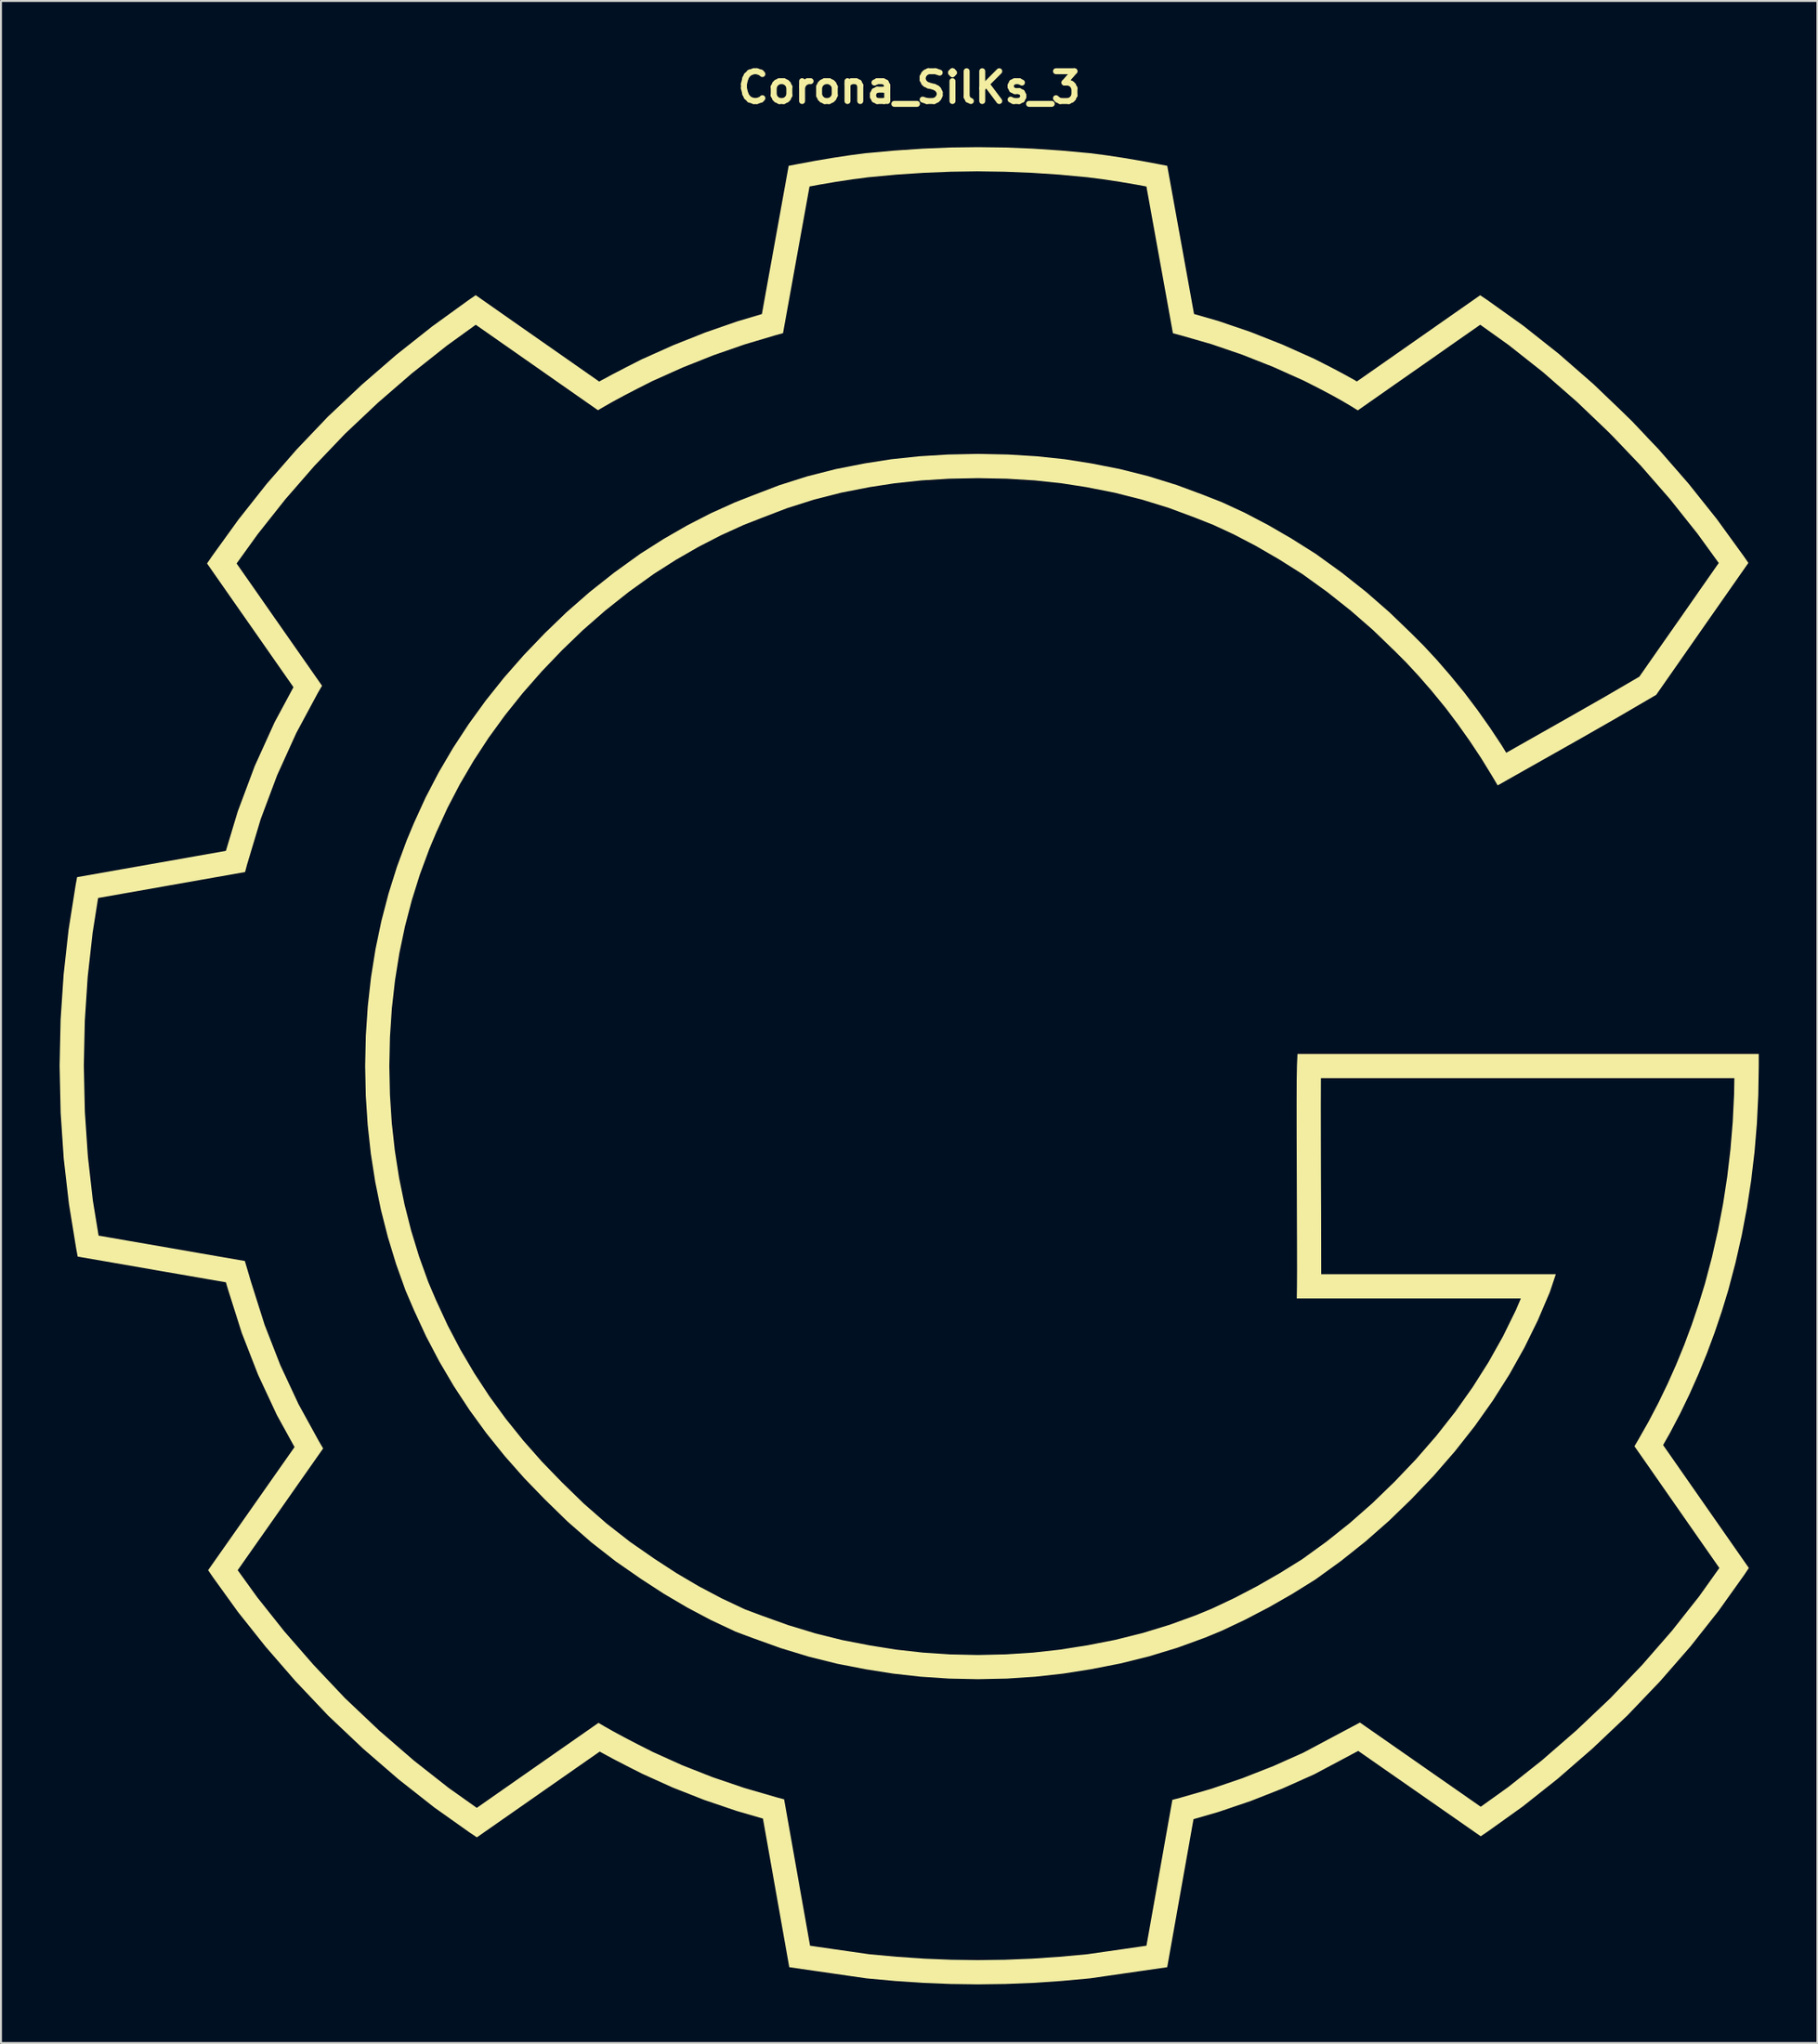
<source format=kicad_pcb>
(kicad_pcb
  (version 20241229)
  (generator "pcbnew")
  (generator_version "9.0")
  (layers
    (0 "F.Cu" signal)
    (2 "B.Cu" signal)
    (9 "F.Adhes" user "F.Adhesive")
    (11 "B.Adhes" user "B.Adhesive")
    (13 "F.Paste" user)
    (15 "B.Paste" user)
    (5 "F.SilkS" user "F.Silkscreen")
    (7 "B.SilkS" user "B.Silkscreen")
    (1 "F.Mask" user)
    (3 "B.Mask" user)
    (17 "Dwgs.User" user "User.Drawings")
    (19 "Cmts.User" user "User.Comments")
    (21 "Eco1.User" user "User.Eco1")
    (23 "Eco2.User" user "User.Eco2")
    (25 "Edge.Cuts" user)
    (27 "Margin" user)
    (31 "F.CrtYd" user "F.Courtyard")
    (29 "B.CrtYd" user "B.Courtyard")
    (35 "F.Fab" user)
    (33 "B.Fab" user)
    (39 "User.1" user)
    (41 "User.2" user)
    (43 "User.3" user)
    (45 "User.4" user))
  (footprint "Corona_SilKs_3"
    (layer "F.Cu")
    (at 43.467 51.446)
    (property "Reference" "Corona_SilKs_3" (at 0 -50.019 0) (layer "F.SilkS") (effects (font (size 1.524 1.524) (thickness 0.305))))
    (attr smd)
    (fp_poly (pts (xy 3.52 -46.971) (xy -5.099 -44.96) (xy -4.607 -45.052) (xy -3.732 -45.201) (xy -2.89 -45.328) (xy -2.08 -45.433) (xy -0.656 -45.566) (xy 0.758 -45.66) (xy 2.149 -45.716) (xy 3.52 -45.736) (xy 3.52 -45.735) (xy 4.889 -45.715) (xy 6.281 -45.659) (xy 7.693 -45.565) (xy 9.119 -45.432) (xy 9.93 -45.327) (xy 10.772 -45.2) (xy 11.647 -45.051) (xy 12.137 -44.959) (xy 12.402 -43.497) (xy 12.742 -41.612) (xy 13.084 -39.727) (xy 13.494 -37.454) (xy 13.877 -37.354) (xy 15.447 -36.903) (xy 17.025 -36.364) (xy 18.606 -35.741) (xy 20.193 -35.03) (xy 20.955 -34.643) (xy 21.617 -34.294) (xy 22.168 -33.987) (xy 22.607 -33.727) (xy 22.953 -33.512) (xy 24.859 -34.846) (xy 26.432 -35.944) (xy 28.002 -37.044) (xy 29.217 -37.891) (xy 30.668 -36.856) (xy 32.434 -35.461) (xy 34.168 -33.946) (xy 35.639 -32.542) (xy 35.844 -32.342) (xy 36.049 -32.133) (xy 37.432 -30.684) (xy 38.918 -28.983) (xy 40.33 -27.21) (xy 41.42 -25.708) (xy 40.574 -24.499) (xy 39.477 -22.926) (xy 38.377 -21.356) (xy 37.357 -19.895) (xy 35.635 -18.891) (xy 33.772 -17.829) (xy 31.897 -16.768) (xy 30.547 -16.004) (xy 30.307 -16.395) (xy 29.709 -17.295) (xy 29.074 -18.194) (xy 28.4 -19.086) (xy 28.398 -19.088) (xy 28.395 -19.092) (xy 27.676 -19.969) (xy 26.982 -20.768) (xy 26.314 -21.487) (xy 25.682 -22.118) (xy 25.67 -22.13) (xy 24.568 -23.19) (xy 23.385 -24.223) (xy 22.131 -25.215) (xy 20.809 -26.169) (xy 20.803 -26.173) (xy 20.797 -26.177) (xy 19.545 -26.966) (xy 18.33 -27.669) (xy 17.148 -28.286) (xy 16.002 -28.815) (xy 15.992 -28.819) (xy 15.754 -28.913) (xy 15.525 -29.003) (xy 15.295 -29.093) (xy 15.07 -29.182) (xy 15.066 -29.184) (xy 13.674 -29.7) (xy 12.246 -30.143) (xy 10.787 -30.511) (xy 9.305 -30.802) (xy 7.949 -31.015) (xy 6.533 -31.165) (xy 5.057 -31.255) (xy 3.519 -31.286) (xy 1.992 -31.255) (xy 0.519 -31.165) (xy -0.901 -31.015) (xy -2.266 -30.802) (xy -3.76 -30.509) (xy -5.225 -30.136) (xy -6.652 -29.683) (xy -8.039 -29.151) (xy -8.258 -29.065) (xy -8.486 -28.976) (xy -8.717 -28.886) (xy -8.953 -28.792) (xy -8.961 -28.788) (xy -10.17 -28.241) (xy -11.373 -27.622) (xy -12.57 -26.933) (xy -13.764 -26.175) (xy -13.768 -26.173) (xy -13.772 -26.169) (xy -15.094 -25.216) (xy -16.348 -24.224) (xy -17.531 -23.19) (xy -18.645 -22.116) (xy -19.72 -20.995) (xy -20.727 -19.849) (xy -21.666 -18.673) (xy -22.537 -17.472) (xy -23.341 -16.245) (xy -24.076 -14.993) (xy -24.742 -13.716) (xy -25.338 -12.413) (xy -25.338 -12.411) (xy -25.43 -12.194) (xy -25.52 -11.977) (xy -25.609 -11.763) (xy -25.703 -11.542) (xy -25.705 -11.536) (xy -26.204 -10.186) (xy -26.637 -8.809) (xy -27.003 -7.406) (xy -27.303 -5.975) (xy -27.535 -4.518) (xy -27.701 -3.034) (xy -27.801 -1.523) (xy -27.834 0.013) (xy -27.802 1.53) (xy -27.705 3.025) (xy -27.544 4.495) (xy -27.318 5.943) (xy -27.027 7.368) (xy -26.67 8.769) (xy -26.249 10.147) (xy -25.764 11.501) (xy -25.758 11.511) (xy -25.65 11.765) (xy -25.545 12.009) (xy -25.441 12.252) (xy -25.336 12.496) (xy -25.336 12.498) (xy -24.722 13.824) (xy -24.043 15.117) (xy -23.301 16.377) (xy -22.496 17.603) (xy -21.627 18.797) (xy -20.693 19.957) (xy -19.701 21.079) (xy -18.647 22.168) (xy -17.479 23.306) (xy -16.27 24.363) (xy -15.02 25.338) (xy -13.731 26.232) (xy -12.566 26.99) (xy -11.371 27.693) (xy -10.154 28.338) (xy -8.914 28.921) (xy -8.899 28.929) (xy -8.658 29.019) (xy -8.436 29.103) (xy -8.213 29.185) (xy -7.99 29.269) (xy -6.563 29.781) (xy -5.121 30.219) (xy -3.678 30.578) (xy -2.229 30.859) (xy -0.836 31.08) (xy 0.592 31.24) (xy 2.045 31.336) (xy 3.519 31.367) (xy 4.996 31.336) (xy 6.451 31.24) (xy 7.889 31.08) (xy 9.303 30.857) (xy 10.801 30.564) (xy 12.279 30.197) (xy 13.728 29.756) (xy 15.15 29.238) (xy 15.154 29.236) (xy 15.361 29.15) (xy 15.562 29.068) (xy 15.764 28.984) (xy 15.975 28.896) (xy 15.982 28.894) (xy 17.187 28.324) (xy 18.391 27.697) (xy 19.594 27.009) (xy 20.795 26.261) (xy 20.801 26.255) (xy 20.809 26.251) (xy 22.101 25.316) (xy 23.344 24.326) (xy 24.539 23.277) (xy 25.68 22.173) (xy 26.842 20.956) (xy 27.926 19.708) (xy 28.932 18.431) (xy 29.859 17.123) (xy 30.707 15.785) (xy 31.475 14.415) (xy 32.162 13.017) (xy 32.771 11.589) (xy 32.777 11.574) (xy 32.785 11.548) (xy 32.789 11.538) (xy 32.793 11.528) (xy 32.797 11.517) (xy 32.801 11.507) (xy 32.803 11.495) (xy 32.807 11.485) (xy 33.084 10.659) (xy 30.752 10.659) (xy 29.281 10.659) (xy 27.811 10.659) (xy 26.34 10.659) (xy 24.869 10.659) (xy 23.398 10.659) (xy 21.93 10.659) (xy 21.08 10.659) (xy 21.08 10.463) (xy 21.078 9.108) (xy 21.074 7.399) (xy 21.066 5.524) (xy 21.062 3.663) (xy 21.06 2.002) (xy 21.064 0.727) (xy 21.066 0.631) (xy 23.256 0.631) (xy 26.055 0.631) (xy 28.853 0.631) (xy 31.652 0.631) (xy 34.451 0.631) (xy 37.25 0.631) (xy 40.049 0.631) (xy 42.219 0.631) (xy 42.205 1.452) (xy 42.135 2.876) (xy 42.018 4.286) (xy 41.853 5.68) (xy 41.641 7.059) (xy 41.381 8.424) (xy 41.076 9.774) (xy 40.723 11.108) (xy 40.725 11.106) (xy 40.395 12.182) (xy 40.039 13.239) (xy 39.654 14.272) (xy 39.24 15.284) (xy 38.799 16.272) (xy 38.33 17.241) (xy 37.834 18.188) (xy 37.309 19.112) (xy 37.107 19.456) (xy 37.881 20.563) (xy 38.426 21.346) (xy 39.518 22.911) (xy 40.609 24.475) (xy 41.451 25.68) (xy 40.416 27.133) (xy 39.021 28.897) (xy 37.506 30.633) (xy 35.877 32.336) (xy 34.131 33.989) (xy 32.385 35.506) (xy 30.641 36.889) (xy 29.242 37.889) (xy 28.043 37.053) (xy 26.486 35.969) (xy 24.928 34.883) (xy 23.061 33.583) (xy 22.086 34.102) (xy 21.447 34.442) (xy 20.807 34.784) (xy 20.166 35.124) (xy 18.627 35.811) (xy 17.047 36.43) (xy 15.453 36.973) (xy 13.848 37.436) (xy 13.465 37.536) (xy 13.062 39.803) (xy 12.729 41.68) (xy 12.395 43.559) (xy 12.139 44.995) (xy 11.713 45.057) (xy 10.844 45.182) (xy 9.975 45.307) (xy 9.105 45.432) (xy 7.693 45.561) (xy 6.281 45.657) (xy 4.889 45.713) (xy 3.52 45.731) (xy 2.162 45.713) (xy 2.16 45.713) (xy 0.777 45.657) (xy -0.629 45.561) (xy -0.631 45.561) (xy -2.039 45.432) (xy -2.908 45.307) (xy -3.777 45.182) (xy -4.647 45.057) (xy -5.072 44.995) (xy -5.328 43.551) (xy -5.662 41.667) (xy -5.996 39.782) (xy -6.399 37.51) (xy -6.779 37.409) (xy -8.449 36.924) (xy -10.065 36.375) (xy -11.621 35.762) (xy -13.115 35.088) (xy -13.123 35.084) (xy -13.891 34.696) (xy -14.557 34.35) (xy -15.111 34.051) (xy -15.555 33.801) (xy -15.897 33.6) (xy -17.787 34.918) (xy -19.352 36.01) (xy -20.916 37.102) (xy -22.123 37.946) (xy -23.559 36.928) (xy -25.334 35.534) (xy -27.104 34.004) (xy -28.867 32.336) (xy -30.479 30.631) (xy -31.977 28.913) (xy -33.352 27.184) (xy -34.356 25.793) (xy -33.51 24.588) (xy -32.41 23.024) (xy -31.313 21.459) (xy -29.984 19.567) (xy -30.188 19.223) (xy -31.244 17.303) (xy -32.174 15.311) (xy -32.979 13.246) (xy -33.656 11.108) (xy -33.658 11.106) (xy -33.715 10.914) (xy -33.77 10.725) (xy -33.826 10.537) (xy -33.99 9.983) (xy -36.254 9.591) (xy -38.139 9.263) (xy -40.023 8.937) (xy -41.473 8.685) (xy -41.766 6.89) (xy -42.021 4.638) (xy -42.176 2.345) (xy -42.228 0.013) (xy -42.228 0.007) (xy -42.228 -0.001) (xy -42.228 -0.009) (xy -42.228 -0.015) (xy -42.178 -2.298) (xy -42.029 -4.558) (xy -41.779 -6.79) (xy -41.498 -8.578) (xy -40.041 -8.835) (xy -38.15 -9.169) (xy -36.26 -9.503) (xy -33.978 -9.906) (xy -33.877 -10.287) (xy -33.178 -12.613) (xy -32.338 -14.855) (xy -31.359 -17.013) (xy -30.242 -19.089) (xy -30.041 -19.431) (xy -31.367 -21.328) (xy -32.467 -22.9) (xy -33.564 -24.472) (xy -34.412 -25.683) (xy -33.33 -27.185) (xy -31.92 -28.964) (xy -30.432 -30.673) (xy -28.867 -32.312) (xy -28.865 -32.314) (xy -28.863 -32.316) (xy -27.179 -33.904) (xy -25.443 -35.406) (xy -23.66 -36.818) (xy -22.176 -37.89) (xy -20.965 -37.044) (xy -19.392 -35.945) (xy -17.822 -34.847) (xy -15.924 -33.521) (xy -15.582 -33.72) (xy -15.138 -33.972) (xy -14.584 -34.271) (xy -13.918 -34.617) (xy -13.142 -35.009) (xy -11.588 -35.705) (xy -10.012 -36.332) (xy -8.426 -36.882) (xy -6.832 -37.357) (xy -6.455 -37.46) (xy -6.045 -39.728) (xy -5.705 -41.613) (xy -5.363 -43.498) (xy -5.099 -44.96) (xy 3.52 -46.971) (xy 2.115 -46.954) (xy 0.69 -46.895) (xy -0.754 -46.797) (xy -2.219 -46.663) (xy -2.225 -46.663) (xy -2.228 -46.663) (xy -3.064 -46.553) (xy -3.928 -46.422) (xy -4.824 -46.27) (xy -5.75 -46.098) (xy -6.166 -46.018) (xy -6.582 -43.717) (xy -6.922 -41.833) (xy -7.264 -39.948) (xy -7.535 -38.438) (xy -8.807 -38.059) (xy -10.443 -37.491) (xy -12.07 -36.844) (xy -13.685 -36.122) (xy -13.691 -36.118) (xy -13.697 -36.116) (xy -14.482 -35.717) (xy -15.162 -35.364) (xy -15.736 -35.055) (xy -15.859 -34.985) (xy -17.111 -35.86) (xy -18.684 -36.959) (xy -20.256 -38.057) (xy -22.178 -39.403) (xy -22.533 -39.159) (xy -24.408 -37.803) (xy -26.234 -36.358) (xy -28.01 -34.821) (xy -29.736 -33.194) (xy -29.738 -33.192) (xy -29.74 -33.19) (xy -31.346 -31.506) (xy -32.873 -29.754) (xy -34.316 -27.93) (xy -35.682 -26.038) (xy -35.924 -25.684) (xy -34.58 -23.76) (xy -33.481 -22.19) (xy -32.383 -20.618) (xy -31.502 -19.358) (xy -32.469 -17.561) (xy -33.483 -15.327) (xy -34.352 -13.006) (xy -34.959 -10.989) (xy -36.475 -10.721) (xy -38.365 -10.387) (xy -40.258 -10.053) (xy -42.572 -9.645) (xy -42.65 -9.221) (xy -43.008 -6.955) (xy -43.262 -4.666) (xy -43.416 -2.352) (xy -43.467 -0.014) (xy -43.467 -0.008) (xy -43.467 -0.00007) (xy -43.467 0.008) (xy -43.467 0.014) (xy -43.414 2.401) (xy -43.256 4.75) (xy -42.99 7.061) (xy -42.621 9.334) (xy -42.543 9.758) (xy -40.234 10.157) (xy -38.35 10.485) (xy -36.465 10.811) (xy -34.959 11.073) (xy -34.957 11.079) (xy -34.902 11.268) (xy -34.846 11.455) (xy -34.147 13.661) (xy -33.313 15.799) (xy -32.348 17.866) (xy -31.447 19.498) (xy -32.326 20.748) (xy -33.424 22.313) (xy -34.523 23.879) (xy -35.869 25.793) (xy -35.625 26.149) (xy -34.338 27.934) (xy -32.928 29.705) (xy -31.397 31.467) (xy -29.742 33.213) (xy -29.74 33.217) (xy -29.736 33.221) (xy -27.934 34.924) (xy -26.121 36.491) (xy -24.301 37.922) (xy -22.471 39.219) (xy -22.119 39.454) (xy -20.207 38.12) (xy -18.643 37.028) (xy -17.078 35.936) (xy -15.832 35.067) (xy -15.709 35.137) (xy -15.135 35.448) (xy -14.455 35.799) (xy -13.668 36.198) (xy -13.664 36.2) (xy -13.66 36.202) (xy -12.104 36.905) (xy -10.49 37.54) (xy -8.822 38.106) (xy -7.482 38.495) (xy -7.215 40.001) (xy -6.881 41.885) (xy -6.547 43.77) (xy -6.135 46.094) (xy -4.822 46.284) (xy -3.953 46.409) (xy -3.084 46.534) (xy -2.203 46.661) (xy -2.191 46.663) (xy -0.729 46.798) (xy 0.711 46.895) (xy 2.127 46.952) (xy 3.52 46.971) (xy 4.924 46.952) (xy 6.348 46.895) (xy 7.793 46.798) (xy 9.258 46.663) (xy 9.27 46.661) (xy 10.15 46.534) (xy 11.02 46.409) (xy 11.889 46.284) (xy 13.201 46.094) (xy 13.613 43.778) (xy 13.947 41.899) (xy 14.281 40.022) (xy 14.547 38.524) (xy 15.824 38.155) (xy 17.473 37.596) (xy 19.105 36.954) (xy 20.723 36.231) (xy 20.736 36.225) (xy 21.389 35.877) (xy 22.029 35.538) (xy 22.668 35.196) (xy 22.975 35.034) (xy 24.221 35.903) (xy 25.779 36.987) (xy 27.336 38.071) (xy 29.242 39.399) (xy 29.594 39.161) (xy 31.387 37.879) (xy 33.176 36.461) (xy 34.963 34.909) (xy 36.746 33.221) (xy 36.748 33.219) (xy 36.75 33.217) (xy 38.42 31.471) (xy 39.973 29.692) (xy 41.406 27.879) (xy 42.723 26.034) (xy 42.959 25.68) (xy 41.625 23.768) (xy 40.533 22.204) (xy 39.441 20.639) (xy 38.895 19.856) (xy 38.572 19.395) (xy 38.92 18.784) (xy 39.436 17.801) (xy 39.922 16.797) (xy 40.379 15.77) (xy 40.807 14.723) (xy 41.205 13.655) (xy 41.574 12.563) (xy 41.914 11.452) (xy 41.914 11.45) (xy 41.914 11.448) (xy 42.277 10.071) (xy 42.594 8.678) (xy 42.861 7.27) (xy 43.08 5.848) (xy 43.25 4.41) (xy 43.371 2.959) (xy 43.443 1.494) (xy 43.467 0.014) (xy 43.467 -0.605) (xy 40.049 -0.605) (xy 37.25 -0.605) (xy 34.451 -0.605) (xy 31.652 -0.605) (xy 28.854 -0.605) (xy 26.055 -0.605) (xy 23.256 -0.605) (xy 19.867 -0.605) (xy 19.84 -0.015) (xy 19.826 0.721) (xy 19.822 2.002) (xy 19.824 3.666) (xy 19.83 5.53) (xy 19.836 7.407) (xy 19.842 9.112) (xy 19.844 10.463) (xy 19.84 11.27) (xy 19.83 11.899) (xy 21.93 11.899) (xy 23.399 11.899) (xy 24.869 11.899) (xy 26.34 11.899) (xy 27.811 11.899) (xy 29.282 11.899) (xy 30.752 11.899) (xy 31.295 11.899) (xy 31.037 12.502) (xy 30.379 13.84) (xy 29.643 15.151) (xy 28.83 16.434) (xy 27.94 17.692) (xy 26.973 18.92) (xy 25.928 20.123) (xy 24.805 21.299) (xy 24.803 21.301) (xy 24.801 21.301) (xy 23.699 22.368) (xy 22.551 23.377) (xy 21.352 24.332) (xy 20.121 25.223) (xy 20.119 25.223) (xy 20.108 25.233) (xy 18.959 25.946) (xy 17.797 26.612) (xy 16.637 27.217) (xy 15.477 27.764) (xy 15.291 27.84) (xy 15.09 27.924) (xy 14.889 28.006) (xy 14.695 28.087) (xy 14.693 28.087) (xy 14.686 28.091) (xy 13.336 28.581) (xy 11.949 29.005) (xy 10.533 29.358) (xy 9.09 29.639) (xy 9.086 29.639) (xy 9.082 29.639) (xy 7.723 29.854) (xy 6.344 30.007) (xy 4.942 30.098) (xy 3.52 30.13) (xy 2.098 30.1) (xy 0.701 30.007) (xy -0.67 29.854) (xy -2.015 29.639) (xy -2.019 29.639) (xy -2.025 29.637) (xy -3.41 29.37) (xy -4.793 29.026) (xy -6.172 28.608) (xy -7.551 28.114) (xy -7.553 28.112) (xy -7.779 28.028) (xy -8.002 27.944) (xy -8.225 27.86) (xy -8.412 27.792) (xy -8.42 27.788) (xy -9.6 27.231) (xy -10.768 26.614) (xy -11.916 25.938) (xy -13.043 25.204) (xy -13.049 25.2) (xy -13.055 25.196) (xy -14.285 24.342) (xy -15.48 23.409) (xy -16.639 22.397) (xy -17.762 21.305) (xy -17.766 21.301) (xy -17.77 21.297) (xy -18.79 20.244) (xy -19.748 19.16) (xy -20.644 18.045) (xy -21.479 16.899) (xy -22.25 15.723) (xy -22.961 14.516) (xy -23.611 13.278) (xy -24.199 12.008) (xy -24.201 12.006) (xy -24.303 11.766) (xy -24.408 11.522) (xy -24.512 11.277) (xy -24.607 11.055) (xy -25.074 9.757) (xy -25.479 8.436) (xy -25.82 7.092) (xy -26.1 5.725) (xy -26.317 4.332) (xy -26.473 2.916) (xy -26.566 1.477) (xy -26.598 0.014) (xy -26.565 -1.469) (xy -26.469 -2.924) (xy -26.309 -4.351) (xy -26.086 -5.75) (xy -25.798 -7.122) (xy -25.447 -8.467) (xy -25.035 -9.78) (xy -24.559 -11.066) (xy -24.555 -11.078) (xy -24.469 -11.283) (xy -24.379 -11.498) (xy -24.287 -11.715) (xy -24.199 -11.926) (xy -24.197 -11.93) (xy -23.628 -13.173) (xy -22.992 -14.393) (xy -22.289 -15.592) (xy -21.52 -16.768) (xy -20.682 -17.921) (xy -19.777 -19.051) (xy -18.805 -20.159) (xy -17.766 -21.244) (xy -17.766 -21.246) (xy -17.764 -21.246) (xy -16.693 -22.277) (xy -15.555 -23.272) (xy -14.348 -24.229) (xy -13.068 -25.148) (xy -11.93 -25.873) (xy -10.781 -26.533) (xy -9.631 -27.125) (xy -8.492 -27.643) (xy -8.486 -27.645) (xy -8.478 -27.649) (xy -8.264 -27.733) (xy -8.033 -27.823) (xy -7.805 -27.912) (xy -7.568 -28.006) (xy -7.562 -28.008) (xy -6.242 -28.514) (xy -4.885 -28.944) (xy -3.488 -29.301) (xy -2.053 -29.582) (xy -2.049 -29.582) (xy -2.045 -29.584) (xy -0.74 -29.785) (xy 0.621 -29.93) (xy 2.041 -30.018) (xy 3.52 -30.047) (xy 5.006 -30.018) (xy 6.43 -29.93) (xy 7.789 -29.785) (xy 9.082 -29.584) (xy 9.086 -29.582) (xy 9.09 -29.582) (xy 10.516 -29.301) (xy 11.912 -28.949) (xy 13.275 -28.528) (xy 14.609 -28.033) (xy 14.611 -28.031) (xy 14.842 -27.942) (xy 15.072 -27.85) (xy 15.301 -27.76) (xy 15.531 -27.67) (xy 16.602 -27.174) (xy 17.733 -26.584) (xy 18.904 -25.906) (xy 20.119 -25.141) (xy 21.385 -24.229) (xy 22.594 -23.27) (xy 23.733 -22.278) (xy 24.801 -21.246) (xy 24.809 -21.24) (xy 24.815 -21.234) (xy 25.422 -20.627) (xy 26.061 -19.939) (xy 26.731 -19.17) (xy 27.428 -18.318) (xy 27.424 -18.326) (xy 28.074 -17.463) (xy 28.688 -16.596) (xy 29.264 -15.729) (xy 29.799 -14.858) (xy 30.11 -14.336) (xy 30.637 -14.635) (xy 32.506 -15.69) (xy 34.383 -16.75) (xy 36.252 -17.818) (xy 38.102 -18.897) (xy 38.217 -18.963) (xy 39.393 -20.645) (xy 40.49 -22.217) (xy 41.59 -23.789) (xy 42.936 -25.713) (xy 42.69 -26.067) (xy 41.317 -27.959) (xy 39.867 -29.775) (xy 38.346 -31.52) (xy 37.76 -32.133) (xy 37.737 -32.161) (xy 36.985 -32.955) (xy 36.332 -33.59) (xy 35.004 -34.86) (xy 33.225 -36.412) (xy 31.412 -37.846) (xy 29.567 -39.162) (xy 29.213 -39.399) (xy 27.293 -38.057) (xy 25.723 -36.959) (xy 24.151 -35.86) (xy 22.904 -34.99) (xy 22.783 -35.063) (xy 22.205 -35.383) (xy 21.524 -35.742) (xy 20.735 -36.143) (xy 20.729 -36.145) (xy 20.723 -36.149) (xy 19.086 -36.881) (xy 17.451 -37.526) (xy 15.82 -38.082) (xy 14.574 -38.44) (xy 14.301 -39.948) (xy 13.961 -41.832) (xy 13.619 -43.717) (xy 13.203 -46.018) (xy 12.787 -46.098) (xy 11.861 -46.27) (xy 10.967 -46.422) (xy 10.102 -46.553) (xy 9.268 -46.662) (xy 9.262 -46.662) (xy 9.258 -46.662) (xy 7.793 -46.797) (xy 6.348 -46.895) (xy 4.924 -46.953) (xy 3.52 -46.971) (xy 3.52 -46.971)) (stroke (width 0) (type solid)) (fill yes) (layer "F.SilkS")))
  (gr_rect
    (start -3 -3)
    (end 89.934 101.417)
    (stroke (width 0.1) (type default))
    (fill no)
    (layer "Edge.Cuts")))
</source>
